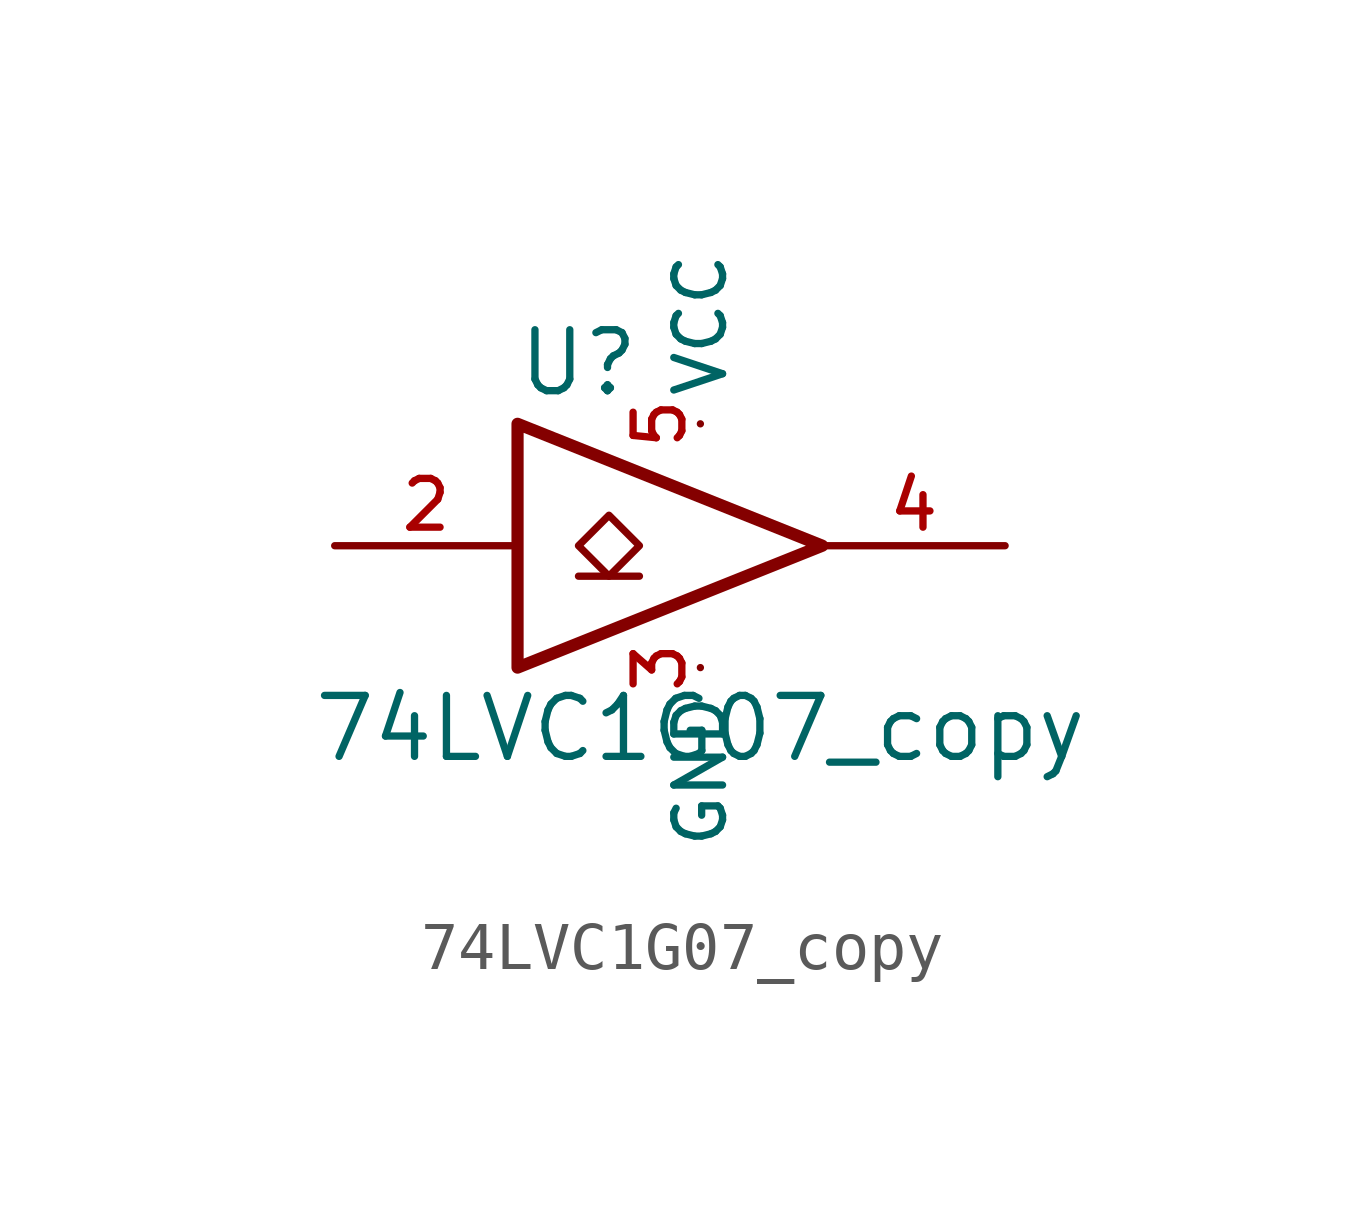
<source format=kicad_sym>
(kicad_symbol_lib
  (version 20231120)
  (generator "kicad_symbol_editor")
  (generator_version "8.0")
  (symbol "74LVC1G07_copy"
    (property "Reference" "U"
      (at -2.54 3.81 0)
      (effects (font (size 1.27 1.27))))
    (property "Value" "74LVC1G07_copy"
      (at 0 -3.81 0)
      (effects (font (size 1.27 1.27))))
    (symbol "74LVC1G07_copy_0_1"
      (polyline (pts (xy -2.54 -0.635) (xy -1.27 -0.635)) (stroke (width 0) (type default)) (fill (type none)))
      (polyline (pts (xy -3.81 2.54) (xy -3.81 -2.54) (xy 2.54 0) (xy -3.81 2.54)) (stroke (width 0.254) (type default)) (fill (type none)))
      (polyline (pts (xy -1.905 0.635) (xy -2.54 0) (xy -1.905 -0.635) (xy -1.27 0) (xy -1.905 0.635)) (stroke (width 0) (type default)) (fill (type none))))
    (symbol "74LVC1G07_copy_1_1"
      (pin no_connect line (at -8.89 0 0) (length 5.08) hide (name "NC" (effects (font (size 1.27 1.27)))) (number "1" (effects (font (size 1.27 1.27)))))
      (pin input line (at -7.62 0 0) (length 3.81) (name "~" (effects (font (size 1.016 1.016)))) (number "2" (effects (font (size 1.016 1.016)))))
      (pin power_in line (at 0 -2.54 270) (length 0) (name "GND" (effects (font (size 1.016 1.016)))) (number "3" (effects (font (size 1.016 1.016)))))
      (pin open_collector line (at 6.35 0 180) (length 3.81) (name "~" (effects (font (size 1.016 1.016)))) (number "4" (effects (font (size 1.016 1.016)))))
      (pin power_in line (at 0 2.54 90) (length 0) (name "VCC" (effects (font (size 1.016 1.016)))) (number "5" (effects (font (size 1.016 1.016))))))))
</source>
